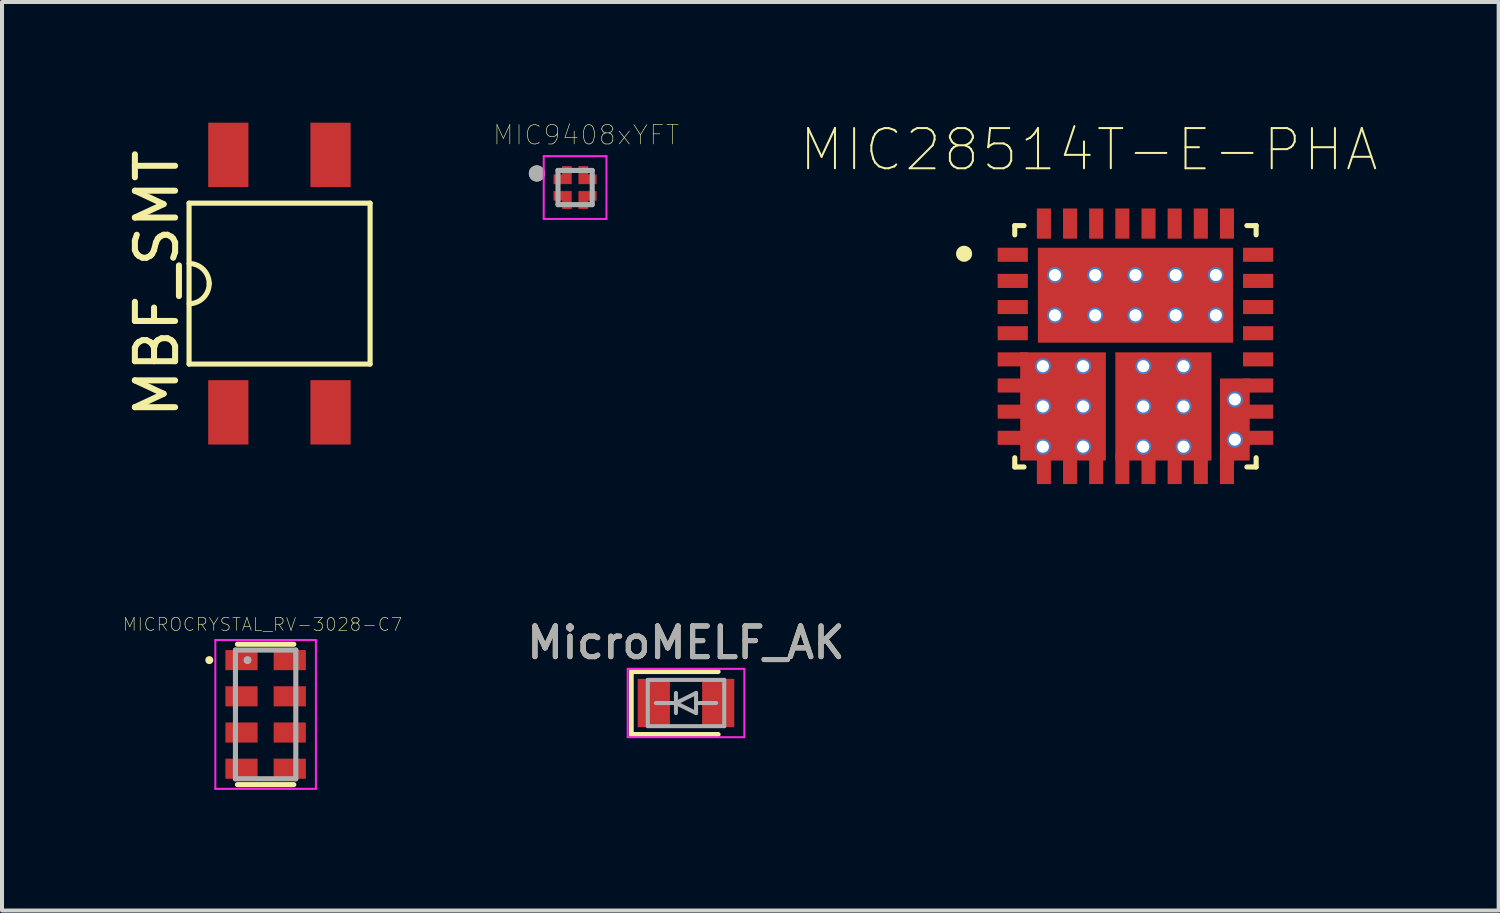
<source format=kicad_pcb>
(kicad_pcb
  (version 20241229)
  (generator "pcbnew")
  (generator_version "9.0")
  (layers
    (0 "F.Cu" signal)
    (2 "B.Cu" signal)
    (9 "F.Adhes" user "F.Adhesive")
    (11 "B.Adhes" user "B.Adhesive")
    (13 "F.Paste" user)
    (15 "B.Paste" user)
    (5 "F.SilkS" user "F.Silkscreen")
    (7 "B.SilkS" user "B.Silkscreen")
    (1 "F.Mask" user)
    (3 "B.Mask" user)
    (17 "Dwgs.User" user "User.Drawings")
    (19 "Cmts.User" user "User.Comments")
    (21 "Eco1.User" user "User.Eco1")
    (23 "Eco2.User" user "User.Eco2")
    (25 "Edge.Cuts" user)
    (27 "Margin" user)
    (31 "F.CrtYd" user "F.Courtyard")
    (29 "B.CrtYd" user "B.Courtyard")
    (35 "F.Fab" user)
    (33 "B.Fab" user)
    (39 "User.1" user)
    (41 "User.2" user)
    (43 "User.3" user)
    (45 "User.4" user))
  (footprint "MicroMELF_AK"
    (layer "F.Cu")
    (at 14.003 14.426)
    (property "Reference" "MicroMELF_AK" (at 0 -1.5 0) (layer "F.SilkS") (effects (font (size 0.762 0.762) (thickness 0.127))))
    (attr smd)
    (fp_line (start -1.36 -0.78) (end -1.36 0.78) (stroke (width 0.12) (type solid)) (layer "F.SilkS"))
    (fp_line (start -1.36 0.78) (end 0.8 0.78) (stroke (width 0.12) (type solid)) (layer "F.SilkS"))
    (fp_line (start 0.8 -0.78) (end -1.36 -0.78) (stroke (width 0.12) (type solid)) (layer "F.SilkS"))
    (fp_line (start -1.45 -0.85) (end -1.45 0.85) (stroke (width 0.05) (type solid)) (layer "F.CrtYd"))
    (fp_line (start -1.45 -0.85) (end 1.45 -0.85) (stroke (width 0.05) (type solid)) (layer "F.CrtYd"))
    (fp_line (start 1.45 0.85) (end -1.45 0.85) (stroke (width 0.05) (type solid)) (layer "F.CrtYd"))
    (fp_line (start 1.45 0.85) (end 1.45 -0.85) (stroke (width 0.05) (type solid)) (layer "F.CrtYd"))
    (fp_line (start -0.95 -0.575) (end 0.95 -0.575) (stroke (width 0.1) (type solid)) (layer "F.Fab"))
    (fp_line (start -0.95 0.575) (end -0.95 -0.575) (stroke (width 0.1) (type solid)) (layer "F.Fab"))
    (fp_line (start -0.25 -0.25) (end -0.25 0.25) (stroke (width 0.1) (type solid)) (layer "F.Fab"))
    (fp_line (start -0.25 0) (end -0.75 0) (stroke (width 0.1) (type solid)) (layer "F.Fab"))
    (fp_line (start -0.25 0) (end 0.25 -0.25) (stroke (width 0.1) (type solid)) (layer "F.Fab"))
    (fp_line (start 0.25 -0.25) (end 0.25 0.25) (stroke (width 0.1) (type solid)) (layer "F.Fab"))
    (fp_line (start 0.25 0) (end 0.75 0) (stroke (width 0.1) (type solid)) (layer "F.Fab"))
    (fp_line (start 0.25 0.25) (end -0.25 0) (stroke (width 0.1) (type solid)) (layer "F.Fab"))
    (fp_line (start 0.95 -0.575) (end 0.95 0.575) (stroke (width 0.1) (type solid)) (layer "F.Fab"))
    (fp_line (start 0.95 0.575) (end -0.95 0.575) (stroke (width 0.1) (type solid)) (layer "F.Fab"))
    (fp_text user "${REFERENCE}" (at 0 -1.5 0) (layer "F.Fab") (effects (font (size 0.762 0.762) (thickness 0.127))))
    (pad "A" smd rect (at 0.8 0) (size 0.8 1.2) (layers "F.Cu" "F.Mask" "F.Paste"))
    (pad "K" smd rect (at -0.8 0) (size 0.8 1.2) (layers "F.Cu" "F.Mask" "F.Paste")))
  (footprint "MIC28514T-E-PHA"
    (layer "F.Cu")
    (at 25.175 5.558)
    (property "Reference" "MIC28514T-E-PHA" (at -1.16 -4.885 0) (layer "F.SilkS") (effects (font (size 1 1) (thickness 0.05))))
    (attr smd)
    (fp_line (start -3 -3) (end -3 -2.77) (stroke (width 0.127) (type solid)) (layer "F.SilkS"))
    (fp_line (start -3 -3) (end -2.77 -3) (stroke (width 0.127) (type solid)) (layer "F.SilkS"))
    (fp_line (start -3 3) (end -3 2.77) (stroke (width 0.127) (type solid)) (layer "F.SilkS"))
    (fp_line (start -3 3) (end -2.77 3) (stroke (width 0.127) (type solid)) (layer "F.SilkS"))
    (fp_line (start 3 -3) (end 2.77 -3) (stroke (width 0.127) (type solid)) (layer "F.SilkS"))
    (fp_line (start 3 -3) (end 3 -2.77) (stroke (width 0.127) (type solid)) (layer "F.SilkS"))
    (fp_line (start 3 3) (end 2.77 3) (stroke (width 0.127) (type solid)) (layer "F.SilkS"))
    (fp_line (start 3 3) (end 3 2.77) (stroke (width 0.127) (type solid)) (layer "F.SilkS"))
    (fp_circle (center -4.26 -2.3) (end -4.16 -2.3) (stroke (width 0.2) (type solid)) (fill no) (layer "F.SilkS"))
    (fp_poly (pts (xy -2.553 0.544) (xy -1.047 0.544) (xy -1.047 2.446) (xy -2.553 2.446)) (stroke (width 0) (type solid)) (fill yes) (layer "F.Paste"))
    (fp_poly (pts (xy -1.715 -2.105) (xy 1.715 -2.105) (xy 1.715 -0.435) (xy -1.715 -0.435)) (stroke (width 0) (type solid)) (fill yes) (layer "F.Paste"))
    (fp_poly (pts (xy -0.15 0.544) (xy 1.54 0.544) (xy 1.54 2.446) (xy -0.15 2.446)) (stroke (width 0) (type solid)) (fill yes) (layer "F.Paste"))
    (fp_poly (pts (xy 2.209 1.099) (xy 2.731 1.099) (xy 2.731 2.541) (xy 2.209 2.541)) (stroke (width 0) (type solid)) (fill yes) (layer "F.Paste"))
    (fp_line (start -3.675 -3.675) (end -3.675 3.675) (stroke (width 0.05) (type solid)) (layer "Eco1.User"))
    (fp_line (start -3.675 3.675) (end 3.675 3.675) (stroke (width 0.05) (type solid)) (layer "Eco1.User"))
    (fp_line (start 3.675 -3.675) (end -3.675 -3.675) (stroke (width 0.05) (type solid)) (layer "Eco1.User"))
    (fp_line (start 3.675 3.675) (end 3.675 -3.675) (stroke (width 0.05) (type solid)) (layer "Eco1.User"))
    (fp_line (start -3 -3) (end -3 3) (stroke (width 0.127) (type solid)) (layer "Eco2.User"))
    (fp_line (start -3 3) (end 3 3) (stroke (width 0.127) (type solid)) (layer "Eco2.User"))
    (fp_line (start 3 -3) (end -3 -3) (stroke (width 0.127) (type solid)) (layer "Eco2.User"))
    (fp_line (start 3 3) (end 3 -3) (stroke (width 0.127) (type solid)) (layer "Eco2.User"))
    (fp_circle (center -4.26 -2.3) (end -4.16 -2.3) (stroke (width 0.2) (type solid)) (fill no) (layer "Eco2.User"))
    (pad "1" smd rect (at -3.05 -2.275) (size 0.75 0.35) (layers "F.Cu" "F.Mask" "F.Paste"))
    (pad "2" smd rect (at -3.05 -1.625) (size 0.75 0.35) (layers "F.Cu" "F.Mask" "F.Paste"))
    (pad "3" smd rect (at -3.05 -0.975) (size 0.75 0.35) (layers "F.Cu" "F.Mask" "F.Paste"))
    (pad "4" smd rect (at -3.05 -0.325) (size 0.75 0.35) (layers "F.Cu" "F.Mask" "F.Paste"))
    (pad "5" smd rect (at -3.05 0.325) (size 0.75 0.35) (layers "F.Cu" "F.Mask" "F.Paste"))
    (pad "6" smd rect (at -3.05 0.975) (size 0.75 0.35) (layers "F.Cu" "F.Mask" "F.Paste"))
    (pad "7" smd rect (at -3.05 1.625) (size 0.75 0.35) (layers "F.Cu" "F.Mask" "F.Paste"))
    (pad "8" smd rect (at -3.05 2.275) (size 0.75 0.35) (layers "F.Cu" "F.Mask" "F.Paste"))
    (pad "9" smd rect (at -2.275 3.05 90) (size 0.75 0.35) (layers "F.Cu" "F.Mask" "F.Paste"))
    (pad "10" smd rect (at -1.625 3.05 90) (size 0.75 0.35) (layers "F.Cu" "F.Mask" "F.Paste"))
    (pad "11" smd rect (at -0.975 3.05 90) (size 0.75 0.35) (layers "F.Cu" "F.Mask" "F.Paste"))
    (pad "12" smd rect (at -0.325 3.05 90) (size 0.75 0.35) (layers "F.Cu" "F.Mask" "F.Paste"))
    (pad "13" smd rect (at 0.325 3.05 90) (size 0.75 0.35) (layers "F.Cu" "F.Mask" "F.Paste"))
    (pad "14" smd rect (at 0.975 3.05 90) (size 0.75 0.35) (layers "F.Cu" "F.Mask" "F.Paste"))
    (pad "15" smd rect (at 1.625 3.05 90) (size 0.75 0.35) (layers "F.Cu" "F.Mask" "F.Paste"))
    (pad "16" smd rect (at 2.275 3.05 90) (size 0.75 0.35) (layers "F.Cu" "F.Mask" "F.Paste"))
    (pad "17" smd rect (at 3.05 2.275 180) (size 0.75 0.35) (layers "F.Cu" "F.Mask" "F.Paste"))
    (pad "18" smd rect (at 3.05 1.625 180) (size 0.75 0.35) (layers "F.Cu" "F.Mask" "F.Paste"))
    (pad "19" smd rect (at 3.05 0.975 180) (size 0.75 0.35) (layers "F.Cu" "F.Mask" "F.Paste"))
    (pad "20" smd rect (at 3.05 0.325 180) (size 0.75 0.35) (layers "F.Cu" "F.Mask" "F.Paste"))
    (pad "21" smd rect (at 3.05 -0.325 180) (size 0.75 0.35) (layers "F.Cu" "F.Mask" "F.Paste"))
    (pad "22" smd rect (at 3.05 -0.975 180) (size 0.75 0.35) (layers "F.Cu" "F.Mask" "F.Paste"))
    (pad "23" smd rect (at 3.05 -1.625 180) (size 0.75 0.35) (layers "F.Cu" "F.Mask" "F.Paste"))
    (pad "24" smd rect (at 3.05 -2.275 180) (size 0.75 0.35) (layers "F.Cu" "F.Mask" "F.Paste"))
    (pad "25" smd rect (at 2.275 -3.05 270) (size 0.75 0.35) (layers "F.Cu" "F.Mask" "F.Paste"))
    (pad "26" smd rect (at 1.625 -3.05 270) (size 0.75 0.35) (layers "F.Cu" "F.Mask" "F.Paste"))
    (pad "27" smd rect (at 0.975 -3.05 270) (size 0.75 0.35) (layers "F.Cu" "F.Mask" "F.Paste"))
    (pad "28" smd rect (at 0.325 -3.05 270) (size 0.75 0.35) (layers "F.Cu" "F.Mask" "F.Paste"))
    (pad "29" smd rect (at -0.325 -3.05 270) (size 0.75 0.35) (layers "F.Cu" "F.Mask" "F.Paste"))
    (pad "30" smd rect (at -0.975 -3.05 270) (size 0.75 0.35) (layers "F.Cu" "F.Mask" "F.Paste"))
    (pad "31" smd rect (at -1.625 -3.05 270) (size 0.75 0.35) (layers "F.Cu" "F.Mask" "F.Paste"))
    (pad "32" smd rect (at -2.275 -3.05 270) (size 0.75 0.35) (layers "F.Cu" "F.Mask" "F.Paste"))
    (pad "33" smd rect (at 0 -1.27) (size 4.85 2.36) (layers "F.Cu" "F.Mask" "F.Paste"))
    (pad "33_1" thru_hole circle (at -2 -0.77) (size 0.4 0.4) (drill 0.3) (layers "*.Cu" "*.Mask"))
    (pad "33_2" thru_hole circle (at -2 -1.77) (size 0.4 0.4) (drill 0.3) (layers "*.Cu" "*.Mask"))
    (pad "33_3" thru_hole circle (at -1 -1.77) (size 0.4 0.4) (drill 0.3) (layers "*.Cu" "*.Mask"))
    (pad "33_4" thru_hole circle (at 0 -1.77) (size 0.4 0.4) (drill 0.3) (layers "*.Cu" "*.Mask"))
    (pad "33_5" thru_hole circle (at 1 -1.77) (size 0.4 0.4) (drill 0.3) (layers "*.Cu" "*.Mask"))
    (pad "33_6" thru_hole circle (at 2 -1.77) (size 0.4 0.4) (drill 0.3) (layers "*.Cu" "*.Mask"))
    (pad "33_7" thru_hole circle (at 2 -0.77) (size 0.4 0.4) (drill 0.3) (layers "*.Cu" "*.Mask"))
    (pad "33_8" thru_hole circle (at 1 -0.77) (size 0.4 0.4) (drill 0.3) (layers "*.Cu" "*.Mask"))
    (pad "33_9" thru_hole circle (at 0 -0.77) (size 0.4 0.4) (drill 0.3) (layers "*.Cu" "*.Mask"))
    (pad "33_10" thru_hole circle (at -1 -0.77) (size 0.4 0.4) (drill 0.3) (layers "*.Cu" "*.Mask"))
    (pad "34" smd rect (at -1.8 1.495) (size 2.13 2.69) (layers "F.Cu" "F.Mask" "F.Paste"))
    (pad "34_1" thru_hole circle (at -2.3 0.495) (size 0.4 0.4) (drill 0.3) (layers "*.Cu" "*.Mask"))
    (pad "34_2" thru_hole circle (at -2.3 1.495) (size 0.4 0.4) (drill 0.3) (layers "*.Cu" "*.Mask"))
    (pad "34_3" thru_hole circle (at -2.3 2.495) (size 0.4 0.4) (drill 0.3) (layers "*.Cu" "*.Mask"))
    (pad "34_4" thru_hole circle (at -1.3 0.495) (size 0.4 0.4) (drill 0.3) (layers "*.Cu" "*.Mask"))
    (pad "34_5" thru_hole circle (at -1.3 1.495) (size 0.4 0.4) (drill 0.3) (layers "*.Cu" "*.Mask"))
    (pad "34_6" thru_hole circle (at -1.3 2.495) (size 0.4 0.4) (drill 0.3) (layers "*.Cu" "*.Mask"))
    (pad "35" smd rect (at 0.695 1.495) (size 2.39 2.69) (layers "F.Cu" "F.Mask" "F.Paste"))
    (pad "35_1" thru_hole circle (at 0.195 0.495) (size 0.4 0.4) (drill 0.3) (layers "*.Cu" "*.Mask"))
    (pad "35_2" thru_hole circle (at 0.195 1.496) (size 0.4 0.4) (drill 0.3) (layers "*.Cu" "*.Mask"))
    (pad "35_3" thru_hole circle (at 0.195 2.495) (size 0.4 0.4) (drill 0.3) (layers "*.Cu" "*.Mask"))
    (pad "35_4" thru_hole circle (at 1.195 0.495) (size 0.4 0.4) (drill 0.3) (layers "*.Cu" "*.Mask"))
    (pad "35_5" thru_hole circle (at 1.195 1.496) (size 0.4 0.4) (drill 0.3) (layers "*.Cu" "*.Mask"))
    (pad "35_6" thru_hole circle (at 1.195 2.495) (size 0.4 0.4) (drill 0.3) (layers "*.Cu" "*.Mask"))
    (pad "36" smd rect (at 2.47 1.82) (size 0.74 2.04) (layers "F.Cu" "F.Mask" "F.Paste"))
    (pad "36_1" thru_hole circle (at 2.47 1.32) (size 0.4 0.4) (drill 0.3) (layers "*.Cu" "*.Mask"))
    (pad "36_2" thru_hole circle (at 2.47 2.32) (size 0.4 0.4) (drill 0.3) (layers "*.Cu" "*.Mask")))
  (footprint "MIC9408xYFT"
    (layer "F.Cu")
    (at 11.246 1.612)
    (property "Reference" "MIC9408xYFT" (at 0.274 -1.305 0) (layer "F.SilkS") (effects (font (size 0.48 0.48) (thickness 0.015))))
    (attr through_hole)
    (fp_poly (pts (xy -0.09 -0.09) (xy -0.53 -0.09) (xy -0.53 -0.32) (xy -0.32 -0.32) (xy -0.32 -0.53) (xy -0.09 -0.53)) (stroke (width 0.01) (type solid)) (fill yes) (layer "F.Cu"))
    (fp_poly (pts (xy -0.09 0.09) (xy -0.53 0.09) (xy -0.53 0.32) (xy -0.32 0.32) (xy -0.32 0.53) (xy -0.09 0.53)) (stroke (width 0.01) (type solid)) (fill yes) (layer "F.Cu"))
    (fp_poly (pts (xy 0.09 -0.09) (xy 0.53 -0.09) (xy 0.53 -0.32) (xy 0.32 -0.32) (xy 0.32 -0.53) (xy 0.09 -0.53)) (stroke (width 0.01) (type solid)) (fill yes) (layer "F.Cu"))
    (fp_poly (pts (xy 0.09 0.09) (xy 0.53 0.09) (xy 0.53 0.32) (xy 0.32 0.32) (xy 0.32 0.53) (xy 0.09 0.53)) (stroke (width 0.01) (type solid)) (fill yes) (layer "F.Cu"))
    (fp_poly (pts (xy -0.04 -0.04) (xy -0.58 -0.04) (xy -0.58 -0.37) (xy -0.37 -0.37) (xy -0.37 -0.58) (xy -0.04 -0.58)) (stroke (width 0.01) (type solid)) (fill yes) (layer "F.Mask"))
    (fp_poly (pts (xy -0.04 0.04) (xy -0.58 0.04) (xy -0.58 0.37) (xy -0.37 0.37) (xy -0.37 0.58) (xy -0.04 0.58)) (stroke (width 0.01) (type solid)) (fill yes) (layer "F.Mask"))
    (fp_poly (pts (xy 0.04 -0.04) (xy 0.58 -0.04) (xy 0.58 -0.37) (xy 0.37 -0.37) (xy 0.37 -0.58) (xy 0.04 -0.58)) (stroke (width 0.01) (type solid)) (fill yes) (layer "F.Mask"))
    (fp_poly (pts (xy 0.04 0.04) (xy 0.58 0.04) (xy 0.58 0.37) (xy 0.37 0.37) (xy 0.37 0.58) (xy 0.04 0.58)) (stroke (width 0.01) (type solid)) (fill yes) (layer "F.Mask"))
    (fp_circle (center -0.95 -0.35) (end -0.85 -0.35) (stroke (width 0.2) (type solid)) (fill no) (layer "F.SilkS"))
    (fp_poly (pts (xy -0.09 -0.09) (xy -0.49 -0.09) (xy -0.49 -0.32) (xy -0.32 -0.32) (xy -0.32 -0.53) (xy -0.09 -0.53)) (stroke (width 0.01) (type solid)) (fill yes) (layer "F.Paste"))
    (fp_poly (pts (xy -0.09 0.09) (xy -0.49 0.09) (xy -0.49 0.32) (xy -0.32 0.32) (xy -0.32 0.53) (xy -0.09 0.53)) (stroke (width 0.01) (type solid)) (fill yes) (layer "F.Paste"))
    (fp_poly (pts (xy 0.09 -0.09) (xy 0.49 -0.09) (xy 0.49 -0.32) (xy 0.32 -0.32) (xy 0.32 -0.53) (xy 0.09 -0.53)) (stroke (width 0.01) (type solid)) (fill yes) (layer "F.Paste"))
    (fp_poly (pts (xy 0.09 0.09) (xy 0.49 0.09) (xy 0.49 0.32) (xy 0.32 0.32) (xy 0.32 0.53) (xy 0.09 0.53)) (stroke (width 0.01) (type solid)) (fill yes) (layer "F.Paste"))
    (fp_line (start -0.78 -0.78) (end 0.78 -0.78) (stroke (width 0.05) (type solid)) (layer "F.CrtYd"))
    (fp_line (start -0.78 0.78) (end -0.78 -0.78) (stroke (width 0.05) (type solid)) (layer "F.CrtYd"))
    (fp_line (start 0.78 -0.78) (end 0.78 0.78) (stroke (width 0.05) (type solid)) (layer "F.CrtYd"))
    (fp_line (start 0.78 0.78) (end -0.78 0.78) (stroke (width 0.05) (type solid)) (layer "F.CrtYd"))
    (fp_line (start -0.425 -0.425) (end 0.425 -0.425) (stroke (width 0.127) (type solid)) (layer "F.Fab"))
    (fp_line (start -0.425 0.425) (end -0.425 -0.425) (stroke (width 0.127) (type solid)) (layer "F.Fab"))
    (fp_line (start 0.425 -0.425) (end 0.425 0.425) (stroke (width 0.127) (type solid)) (layer "F.Fab"))
    (fp_line (start 0.425 0.425) (end -0.425 0.425) (stroke (width 0.127) (type solid)) (layer "F.Fab"))
    (fp_circle (center -0.95 -0.35) (end -0.85 -0.35) (stroke (width 0.2) (type solid)) (fill no) (layer "F.Fab"))
    (pad "1" smd rect (at -0.2 -0.2) (size 0.2 0.2) (layers "F.Cu"))
    (pad "2" smd rect (at -0.2 0.2) (size 0.2 0.2) (layers "F.Cu"))
    (pad "3" smd rect (at 0.2 0.2) (size 0.2 0.2) (layers "F.Cu"))
    (pad "4" smd rect (at 0.2 -0.2) (size 0.2 0.2) (layers "F.Cu")))
  (footprint "MICROCRYSTAL_RV-3028-C7"
    (layer "F.Cu")
    (at 3.553 14.709)
    (property "Reference" "MICROCRYSTAL_RV-3028-C7" (at -0.077 -2.237 0) (layer "F.SilkS") (effects (font (size 0.32 0.32) (thickness 0.015))))
    (attr through_hole)
    (fp_line (start 0.7 -1.745) (end -0.7 -1.745) (stroke (width 0.127) (type solid)) (layer "F.SilkS"))
    (fp_line (start 0.7 1.745) (end -0.7 1.745) (stroke (width 0.127) (type solid)) (layer "F.SilkS"))
    (fp_circle (center -1.4 -1.35) (end -1.35 -1.35) (stroke (width 0.1) (type solid)) (fill no) (layer "F.SilkS"))
    (fp_line (start -1.25 -1.85) (end -1.25 1.85) (stroke (width 0.05) (type solid)) (layer "F.CrtYd"))
    (fp_line (start -1.25 1.85) (end 1.25 1.85) (stroke (width 0.05) (type solid)) (layer "F.CrtYd"))
    (fp_line (start 1.25 -1.85) (end -1.25 -1.85) (stroke (width 0.05) (type solid)) (layer "F.CrtYd"))
    (fp_line (start 1.25 1.85) (end 1.25 -1.85) (stroke (width 0.05) (type solid)) (layer "F.CrtYd"))
    (fp_line (start -0.75 -1.6) (end 0.75 -1.6) (stroke (width 0.127) (type solid)) (layer "F.Fab"))
    (fp_line (start -0.75 1.6) (end -0.75 -1.6) (stroke (width 0.127) (type solid)) (layer "F.Fab"))
    (fp_line (start 0.75 -1.6) (end 0.75 1.6) (stroke (width 0.127) (type solid)) (layer "F.Fab"))
    (fp_line (start 0.75 1.6) (end -0.75 1.6) (stroke (width 0.127) (type solid)) (layer "F.Fab"))
    (fp_circle (center -0.45 -1.35) (end -0.4 -1.35) (stroke (width 0.1) (type solid)) (fill no) (layer "F.Fab"))
    (pad "1" smd rect (at -0.6 -1.35) (size 0.8 0.5) (layers "F.Cu" "F.Mask" "F.Paste"))
    (pad "2" smd rect (at -0.6 -0.45) (size 0.8 0.5) (layers "F.Cu" "F.Mask" "F.Paste"))
    (pad "3" smd rect (at -0.6 0.45) (size 0.8 0.5) (layers "F.Cu" "F.Mask" "F.Paste"))
    (pad "4" smd rect (at -0.6 1.35) (size 0.8 0.5) (layers "F.Cu" "F.Mask" "F.Paste"))
    (pad "5" smd rect (at 0.6 1.35) (size 0.8 0.5) (layers "F.Cu" "F.Mask" "F.Paste"))
    (pad "6" smd rect (at 0.6 0.45) (size 0.8 0.5) (layers "F.Cu" "F.Mask" "F.Paste"))
    (pad "7" smd rect (at 0.6 -0.45) (size 0.8 0.5) (layers "F.Cu" "F.Mask" "F.Paste"))
    (pad "8" smd rect (at 0.6 -1.35) (size 0.8 0.5) (layers "F.Cu" "F.Mask" "F.Paste")))
  (footprint "MBF_SMT"
    (layer "F.Cu")
    (at 3.896 4)
    (property "Reference" "MBF_SMT" (at -3.048 0 90) (layer "F.SilkS") (effects (font (size 1 1) (thickness 0.15))))
    (attr through_hole)
    (fp_line (start -2.246 -2) (end -2.246 2) (stroke (width 0.127) (type solid)) (layer "F.SilkS"))
    (fp_line (start -2.246 2) (end 2.254 2) (stroke (width 0.127) (type solid)) (layer "F.SilkS"))
    (fp_line (start 2.254 -2) (end -2.246 -2) (stroke (width 0.127) (type solid)) (layer "F.SilkS"))
    (fp_line (start 2.254 -2) (end 2.254 2) (stroke (width 0.127) (type solid)) (layer "F.SilkS"))
    (fp_arc (start -2.246 -0.5) (mid -1.892447 -0.353553) (end -1.746 0) (stroke (width 0.127) (type solid)) (layer "F.SilkS"))
    (fp_arc (start -1.746 0) (mid -1.892447 0.353553) (end -2.246 0.5) (stroke (width 0.127) (type solid)) (layer "F.SilkS"))
    (pad "1" smd rect (at -1.27 -3.2) (size 1 1.6) (layers "F.Cu" "F.Mask" "F.Paste"))
    (pad "2" smd rect (at -1.27 3.2) (size 1 1.6) (layers "F.Cu" "F.Mask" "F.Paste"))
    (pad "3" smd rect (at 1.27 3.2) (size 1 1.6) (layers "F.Cu" "F.Mask" "F.Paste"))
    (pad "4" smd rect (at 1.27 -3.2) (size 1 1.6) (layers "F.Cu" "F.Mask" "F.Paste")))
  (gr_rect
    (start -3 -3)
    (end 34.204 19.584)
    (stroke (width 0.1) (type default))
    (fill no)
    (layer "Edge.Cuts")))
</source>
